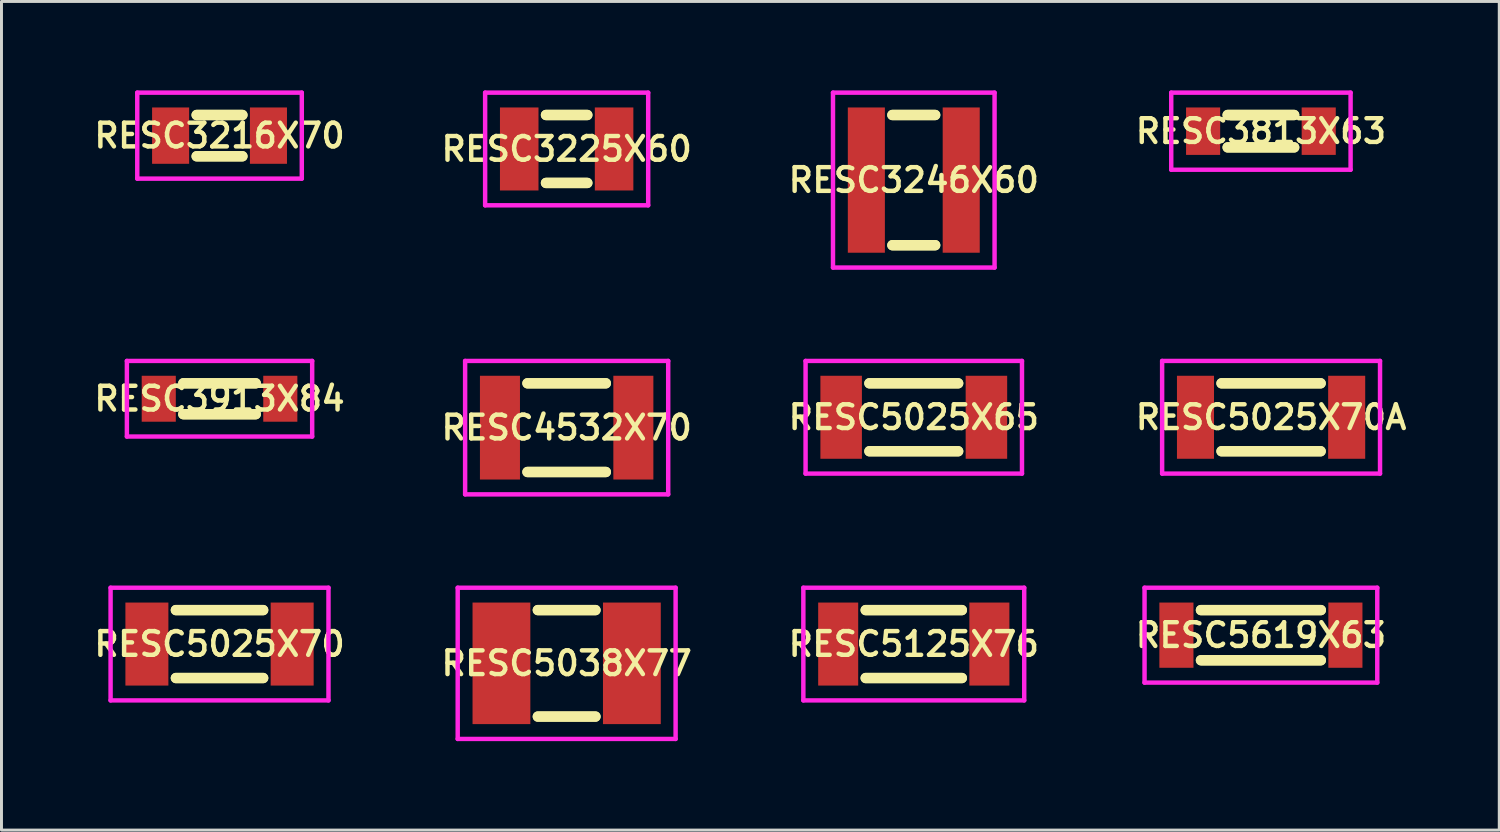
<source format=kicad_pcb>
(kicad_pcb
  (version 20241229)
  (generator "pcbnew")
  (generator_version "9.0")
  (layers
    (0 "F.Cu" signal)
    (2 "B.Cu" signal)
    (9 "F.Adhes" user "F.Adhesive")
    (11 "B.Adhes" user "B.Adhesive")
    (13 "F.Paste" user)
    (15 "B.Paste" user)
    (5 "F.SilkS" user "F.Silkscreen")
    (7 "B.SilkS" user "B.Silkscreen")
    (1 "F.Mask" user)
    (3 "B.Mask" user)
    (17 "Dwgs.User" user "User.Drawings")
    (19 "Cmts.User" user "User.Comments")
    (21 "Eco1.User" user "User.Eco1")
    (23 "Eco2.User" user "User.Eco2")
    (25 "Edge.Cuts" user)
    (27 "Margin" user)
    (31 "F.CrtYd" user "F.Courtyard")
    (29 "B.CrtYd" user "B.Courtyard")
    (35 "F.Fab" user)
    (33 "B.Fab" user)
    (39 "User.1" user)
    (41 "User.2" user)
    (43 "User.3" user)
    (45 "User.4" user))
  (footprint "RESC5619X63"
    (layer "F.Cu")
    (at 39.482 18.375)
    (property "Reference" "RESC5619X63" (at 0 0 0) (layer "F.SilkS") (effects (font (size 0.8 0.8) (thickness 0.15))))
    (attr smd)
    (fp_line (start -2.021 -0.846) (end 2.021 -0.846) (stroke (width 0.35) (type solid)) (layer "F.SilkS"))
    (fp_line (start -2.021 0.846) (end 2.021 0.846) (stroke (width 0.35) (type solid)) (layer "F.SilkS"))
    (fp_line (start 2.021 -0.846) (end -2.021 -0.846) (stroke (width 0.35) (type solid)) (layer "F.SilkS"))
    (fp_line (start 2.021 0.846) (end -2.021 0.846) (stroke (width 0.35) (type solid)) (layer "F.SilkS"))
    (fp_line (start -3.925 -1.6) (end 3.925 -1.6) (stroke (width 0.15) (type solid)) (layer "F.CrtYd"))
    (fp_line (start -3.925 1.6) (end -3.925 -1.6) (stroke (width 0.15) (type solid)) (layer "F.CrtYd"))
    (fp_line (start 3.925 -1.6) (end 3.925 1.6) (stroke (width 0.15) (type solid)) (layer "F.CrtYd"))
    (fp_line (start 3.925 1.6) (end -3.925 1.6) (stroke (width 0.15) (type solid)) (layer "F.CrtYd"))
    (pad "1" smd rect (at -2.85 0) (size 1.15 2.2) (layers "F.Cu" "F.Mask" "F.Paste"))
    (pad "2" smd rect (at 2.85 0) (size 1.15 2.2) (layers "F.Cu" "F.Mask" "F.Paste")))
  (footprint "RESC3913X84"
    (layer "F.Cu")
    (at 4.355 10.4)
    (property "Reference" "RESC3913X84" (at 0 0 0) (layer "F.SilkS") (effects (font (size 0.8 0.8) (thickness 0.15))))
    (attr smd)
    (fp_line (start -1.221 -0.521) (end 1.221 -0.521) (stroke (width 0.35) (type solid)) (layer "F.SilkS"))
    (fp_line (start -1.221 0.521) (end 1.221 0.521) (stroke (width 0.35) (type solid)) (layer "F.SilkS"))
    (fp_line (start 1.221 -0.521) (end -1.221 -0.521) (stroke (width 0.35) (type solid)) (layer "F.SilkS"))
    (fp_line (start 1.221 0.521) (end -1.221 0.521) (stroke (width 0.35) (type solid)) (layer "F.SilkS"))
    (fp_line (start -3.125 -1.275) (end 3.125 -1.275) (stroke (width 0.15) (type solid)) (layer "F.CrtYd"))
    (fp_line (start -3.125 1.275) (end -3.125 -1.275) (stroke (width 0.15) (type solid)) (layer "F.CrtYd"))
    (fp_line (start 3.125 -1.275) (end 3.125 1.275) (stroke (width 0.15) (type solid)) (layer "F.CrtYd"))
    (fp_line (start 3.125 1.275) (end -3.125 1.275) (stroke (width 0.15) (type solid)) (layer "F.CrtYd"))
    (pad "1" smd rect (at -2.05 0) (size 1.15 1.55) (layers "F.Cu" "F.Mask" "F.Paste"))
    (pad "2" smd rect (at 2.05 0) (size 1.15 1.55) (layers "F.Cu" "F.Mask" "F.Paste")))
  (footprint "RESC3216X70"
    (layer "F.Cu")
    (at 4.355 1.525)
    (property "Reference" "RESC3216X70" (at 0 0 0) (layer "F.SilkS") (effects (font (size 0.8 0.8) (thickness 0.15))))
    (attr smd)
    (fp_line (start -0.771 -0.696) (end 0.771 -0.696) (stroke (width 0.35) (type solid)) (layer "F.SilkS"))
    (fp_line (start -0.771 0.696) (end 0.771 0.696) (stroke (width 0.35) (type solid)) (layer "F.SilkS"))
    (fp_line (start 0.771 -0.696) (end -0.771 -0.696) (stroke (width 0.35) (type solid)) (layer "F.SilkS"))
    (fp_line (start 0.771 0.696) (end -0.771 0.696) (stroke (width 0.35) (type solid)) (layer "F.SilkS"))
    (fp_line (start -2.775 -1.45) (end 2.775 -1.45) (stroke (width 0.15) (type solid)) (layer "F.CrtYd"))
    (fp_line (start -2.775 1.45) (end -2.775 -1.45) (stroke (width 0.15) (type solid)) (layer "F.CrtYd"))
    (fp_line (start 2.775 -1.45) (end 2.775 1.45) (stroke (width 0.15) (type solid)) (layer "F.CrtYd"))
    (fp_line (start 2.775 1.45) (end -2.775 1.45) (stroke (width 0.15) (type solid)) (layer "F.CrtYd"))
    (pad "1" smd rect (at -1.65 0) (size 1.25 1.9) (layers "F.Cu" "F.Mask" "F.Paste"))
    (pad "2" smd rect (at 1.65 0) (size 1.25 1.9) (layers "F.Cu" "F.Mask" "F.Paste")))
  (footprint "RESC4532X70"
    (layer "F.Cu")
    (at 16.064 11.375)
    (property "Reference" "RESC4532X70" (at 0 0 0) (layer "F.SilkS") (effects (font (size 0.8 0.8) (thickness 0.15))))
    (attr smd)
    (fp_line (start -1.321 -1.496) (end 1.321 -1.496) (stroke (width 0.35) (type solid)) (layer "F.SilkS"))
    (fp_line (start -1.321 1.496) (end 1.321 1.496) (stroke (width 0.35) (type solid)) (layer "F.SilkS"))
    (fp_line (start 1.321 -1.496) (end -1.321 -1.496) (stroke (width 0.35) (type solid)) (layer "F.SilkS"))
    (fp_line (start 1.321 1.496) (end -1.321 1.496) (stroke (width 0.35) (type solid)) (layer "F.SilkS"))
    (fp_line (start -3.425 -2.25) (end 3.425 -2.25) (stroke (width 0.15) (type solid)) (layer "F.CrtYd"))
    (fp_line (start -3.425 2.25) (end -3.425 -2.25) (stroke (width 0.15) (type solid)) (layer "F.CrtYd"))
    (fp_line (start 3.425 -2.25) (end 3.425 2.25) (stroke (width 0.15) (type solid)) (layer "F.CrtYd"))
    (fp_line (start 3.425 2.25) (end -3.425 2.25) (stroke (width 0.15) (type solid)) (layer "F.CrtYd"))
    (pad "1" smd rect (at -2.25 0) (size 1.35 3.5) (layers "F.Cu" "F.Mask" "F.Paste"))
    (pad "2" smd rect (at 2.25 0) (size 1.35 3.5) (layers "F.Cu" "F.Mask" "F.Paste")))
  (footprint "RESC3813X63"
    (layer "F.Cu")
    (at 39.482 1.375)
    (property "Reference" "RESC3813X63" (at 0 0 0) (layer "F.SilkS") (effects (font (size 0.8 0.8) (thickness 0.15))))
    (attr through_hole)
    (fp_line (start -1.121 -0.546) (end 1.121 -0.546) (stroke (width 0.35) (type solid)) (layer "F.SilkS"))
    (fp_line (start -1.121 0.546) (end 1.121 0.546) (stroke (width 0.35) (type solid)) (layer "F.SilkS"))
    (fp_line (start 1.121 -0.546) (end -1.121 -0.546) (stroke (width 0.35) (type solid)) (layer "F.SilkS"))
    (fp_line (start 1.121 0.546) (end -1.121 0.546) (stroke (width 0.35) (type solid)) (layer "F.SilkS"))
    (fp_line (start -3.025 -1.3) (end 3.025 -1.3) (stroke (width 0.15) (type solid)) (layer "F.CrtYd"))
    (fp_line (start -3.025 1.3) (end -3.025 -1.3) (stroke (width 0.15) (type solid)) (layer "F.CrtYd"))
    (fp_line (start 3.025 -1.3) (end 3.025 1.3) (stroke (width 0.15) (type solid)) (layer "F.CrtYd"))
    (fp_line (start 3.025 1.3) (end -3.025 1.3) (stroke (width 0.15) (type solid)) (layer "F.CrtYd"))
    (pad "1" smd rect (at -1.95 0) (size 1.15 1.6) (layers "F.Cu" "F.Mask" "F.Paste"))
    (pad "2" smd rect (at 1.95 0) (size 1.15 1.6) (layers "F.Cu" "F.Mask" "F.Paste")))
  (footprint "RESC5025X70A"
    (layer "F.Cu")
    (at 39.825 11.025)
    (property "Reference" "RESC5025X70A" (at 0 0 0) (layer "F.SilkS") (effects (font (size 0.8 0.8) (thickness 0.15))))
    (attr smd)
    (fp_line (start -1.671 -1.146) (end 1.671 -1.146) (stroke (width 0.35) (type solid)) (layer "F.SilkS"))
    (fp_line (start -1.671 1.146) (end 1.671 1.146) (stroke (width 0.35) (type solid)) (layer "F.SilkS"))
    (fp_line (start 1.671 -1.146) (end -1.671 -1.146) (stroke (width 0.35) (type solid)) (layer "F.SilkS"))
    (fp_line (start 1.671 1.146) (end -1.671 1.146) (stroke (width 0.35) (type solid)) (layer "F.SilkS"))
    (fp_line (start -3.675 -1.9) (end 3.675 -1.9) (stroke (width 0.15) (type solid)) (layer "F.CrtYd"))
    (fp_line (start -3.675 1.9) (end -3.675 -1.9) (stroke (width 0.15) (type solid)) (layer "F.CrtYd"))
    (fp_line (start 3.675 -1.9) (end 3.675 1.9) (stroke (width 0.15) (type solid)) (layer "F.CrtYd"))
    (fp_line (start 3.675 1.9) (end -3.675 1.9) (stroke (width 0.15) (type solid)) (layer "F.CrtYd"))
    (pad "1" smd rect (at -2.55 0) (size 1.25 2.8) (layers "F.Cu" "F.Mask" "F.Paste"))
    (pad "2" smd rect (at 2.55 0) (size 1.25 2.8) (layers "F.Cu" "F.Mask" "F.Paste")))
  (footprint "RESC5025X65"
    (layer "F.Cu")
    (at 27.773 11.025)
    (property "Reference" "RESC5025X65" (at 0 0 0) (layer "F.SilkS") (effects (font (size 0.8 0.8) (thickness 0.15))))
    (attr smd)
    (fp_line (start -1.496 -1.146) (end 1.496 -1.146) (stroke (width 0.35) (type solid)) (layer "F.SilkS"))
    (fp_line (start -1.496 1.146) (end 1.496 1.146) (stroke (width 0.35) (type solid)) (layer "F.SilkS"))
    (fp_line (start 1.496 -1.146) (end -1.496 -1.146) (stroke (width 0.35) (type solid)) (layer "F.SilkS"))
    (fp_line (start 1.496 1.146) (end -1.496 1.146) (stroke (width 0.35) (type solid)) (layer "F.SilkS"))
    (fp_line (start -3.65 -1.9) (end 3.65 -1.9) (stroke (width 0.15) (type solid)) (layer "F.CrtYd"))
    (fp_line (start -3.65 1.9) (end -3.65 -1.9) (stroke (width 0.15) (type solid)) (layer "F.CrtYd"))
    (fp_line (start 3.65 -1.9) (end 3.65 1.9) (stroke (width 0.15) (type solid)) (layer "F.CrtYd"))
    (fp_line (start 3.65 1.9) (end -3.65 1.9) (stroke (width 0.15) (type solid)) (layer "F.CrtYd"))
    (pad "1" smd rect (at -2.45 0) (size 1.4 2.8) (layers "F.Cu" "F.Mask" "F.Paste"))
    (pad "2" smd rect (at 2.45 0) (size 1.4 2.8) (layers "F.Cu" "F.Mask" "F.Paste")))
  (footprint "RESC3246X60"
    (layer "F.Cu")
    (at 27.773 3.025)
    (property "Reference" "RESC3246X60" (at 0 0 0) (layer "F.SilkS") (effects (font (size 0.8 0.8) (thickness 0.15))))
    (attr through_hole)
    (fp_line (start -0.721 -2.196) (end 0.721 -2.196) (stroke (width 0.35) (type solid)) (layer "F.SilkS"))
    (fp_line (start -0.721 2.196) (end 0.721 2.196) (stroke (width 0.35) (type solid)) (layer "F.SilkS"))
    (fp_line (start 0.721 -2.196) (end -0.721 -2.196) (stroke (width 0.35) (type solid)) (layer "F.SilkS"))
    (fp_line (start 0.721 2.196) (end -0.721 2.196) (stroke (width 0.35) (type solid)) (layer "F.SilkS"))
    (fp_line (start -2.725 -2.95) (end 2.725 -2.95) (stroke (width 0.15) (type solid)) (layer "F.CrtYd"))
    (fp_line (start -2.725 2.95) (end -2.725 -2.95) (stroke (width 0.15) (type solid)) (layer "F.CrtYd"))
    (fp_line (start 2.725 -2.95) (end 2.725 2.95) (stroke (width 0.15) (type solid)) (layer "F.CrtYd"))
    (fp_line (start 2.725 2.95) (end -2.725 2.95) (stroke (width 0.15) (type solid)) (layer "F.CrtYd"))
    (pad "1" smd rect (at -1.6 0) (size 1.25 4.9) (layers "F.Cu" "F.Mask" "F.Paste"))
    (pad "2" smd rect (at 1.6 0) (size 1.25 4.9) (layers "F.Cu" "F.Mask" "F.Paste")))
  (footprint "RESC5038X77"
    (layer "F.Cu")
    (at 16.064 19.325)
    (property "Reference" "RESC5038X77" (at 0 0 0) (layer "F.SilkS") (effects (font (size 0.8 0.8) (thickness 0.15))))
    (attr smd)
    (fp_line (start -0.971 -1.796) (end 0.971 -1.796) (stroke (width 0.35) (type solid)) (layer "F.SilkS"))
    (fp_line (start -0.971 1.796) (end 0.971 1.796) (stroke (width 0.35) (type solid)) (layer "F.SilkS"))
    (fp_line (start 0.971 -1.796) (end -0.971 -1.796) (stroke (width 0.35) (type solid)) (layer "F.SilkS"))
    (fp_line (start 0.971 1.796) (end -0.971 1.796) (stroke (width 0.35) (type solid)) (layer "F.SilkS"))
    (fp_line (start -3.675 -2.55) (end 3.675 -2.55) (stroke (width 0.15) (type solid)) (layer "F.CrtYd"))
    (fp_line (start -3.675 2.55) (end -3.675 -2.55) (stroke (width 0.15) (type solid)) (layer "F.CrtYd"))
    (fp_line (start 3.675 -2.55) (end 3.675 2.55) (stroke (width 0.15) (type solid)) (layer "F.CrtYd"))
    (fp_line (start 3.675 2.55) (end -3.675 2.55) (stroke (width 0.15) (type solid)) (layer "F.CrtYd"))
    (pad "1" smd rect (at -2.2 0) (size 1.95 4.1) (layers "F.Cu" "F.Mask" "F.Paste"))
    (pad "2" smd rect (at 2.2 0) (size 1.95 4.1) (layers "F.Cu" "F.Mask" "F.Paste")))
  (footprint "RESC5125X76"
    (layer "F.Cu")
    (at 27.773 18.675)
    (property "Reference" "RESC5125X76" (at 0 0 0) (layer "F.SilkS") (effects (font (size 0.8 0.8) (thickness 0.15))))
    (attr smd)
    (fp_line (start -1.621 -1.146) (end 1.621 -1.146) (stroke (width 0.35) (type solid)) (layer "F.SilkS"))
    (fp_line (start -1.621 1.146) (end 1.621 1.146) (stroke (width 0.35) (type solid)) (layer "F.SilkS"))
    (fp_line (start 1.621 -1.146) (end -1.621 -1.146) (stroke (width 0.35) (type solid)) (layer "F.SilkS"))
    (fp_line (start 1.621 1.146) (end -1.621 1.146) (stroke (width 0.35) (type solid)) (layer "F.SilkS"))
    (fp_line (start -3.725 -1.9) (end 3.725 -1.9) (stroke (width 0.15) (type solid)) (layer "F.CrtYd"))
    (fp_line (start -3.725 1.9) (end -3.725 -1.9) (stroke (width 0.15) (type solid)) (layer "F.CrtYd"))
    (fp_line (start 3.725 -1.9) (end 3.725 1.9) (stroke (width 0.15) (type solid)) (layer "F.CrtYd"))
    (fp_line (start 3.725 1.9) (end -3.725 1.9) (stroke (width 0.15) (type solid)) (layer "F.CrtYd"))
    (pad "1" smd rect (at -2.55 0) (size 1.35 2.8) (layers "F.Cu" "F.Mask" "F.Paste"))
    (pad "2" smd rect (at 2.55 0) (size 1.35 2.8) (layers "F.Cu" "F.Mask" "F.Paste")))
  (footprint "RESC3225X60"
    (layer "F.Cu")
    (at 16.064 1.975)
    (property "Reference" "RESC3225X60" (at 0 0 0) (layer "F.SilkS") (effects (font (size 0.8 0.8) (thickness 0.15))))
    (attr smd)
    (fp_line (start -0.696 -1.146) (end 0.696 -1.146) (stroke (width 0.35) (type solid)) (layer "F.SilkS"))
    (fp_line (start -0.696 1.146) (end 0.696 1.146) (stroke (width 0.35) (type solid)) (layer "F.SilkS"))
    (fp_line (start 0.696 -1.146) (end -0.696 -1.146) (stroke (width 0.35) (type solid)) (layer "F.SilkS"))
    (fp_line (start 0.696 1.146) (end -0.696 1.146) (stroke (width 0.35) (type solid)) (layer "F.SilkS"))
    (fp_line (start -2.75 -1.9) (end 2.75 -1.9) (stroke (width 0.15) (type solid)) (layer "F.CrtYd"))
    (fp_line (start -2.75 1.9) (end -2.75 -1.9) (stroke (width 0.15) (type solid)) (layer "F.CrtYd"))
    (fp_line (start 2.75 -1.9) (end 2.75 1.9) (stroke (width 0.15) (type solid)) (layer "F.CrtYd"))
    (fp_line (start 2.75 1.9) (end -2.75 1.9) (stroke (width 0.15) (type solid)) (layer "F.CrtYd"))
    (pad "1" smd rect (at -1.6 0) (size 1.3 2.8) (layers "F.Cu" "F.Mask" "F.Paste"))
    (pad "2" smd rect (at 1.6 0) (size 1.3 2.8) (layers "F.Cu" "F.Mask" "F.Paste")))
  (footprint "RESC5025X70"
    (layer "F.Cu")
    (at 4.355 18.675)
    (property "Reference" "RESC5025X70" (at 0 0 0) (layer "F.SilkS") (effects (font (size 0.8 0.8) (thickness 0.15))))
    (attr smd)
    (fp_line (start -1.471 -1.146) (end 1.471 -1.146) (stroke (width 0.35) (type solid)) (layer "F.SilkS"))
    (fp_line (start -1.471 1.146) (end 1.471 1.146) (stroke (width 0.35) (type solid)) (layer "F.SilkS"))
    (fp_line (start 1.471 -1.146) (end -1.471 -1.146) (stroke (width 0.35) (type solid)) (layer "F.SilkS"))
    (fp_line (start 1.471 1.146) (end -1.471 1.146) (stroke (width 0.35) (type solid)) (layer "F.SilkS"))
    (fp_line (start -3.675 -1.9) (end 3.675 -1.9) (stroke (width 0.15) (type solid)) (layer "F.CrtYd"))
    (fp_line (start -3.675 1.9) (end -3.675 -1.9) (stroke (width 0.15) (type solid)) (layer "F.CrtYd"))
    (fp_line (start 3.675 -1.9) (end 3.675 1.9) (stroke (width 0.15) (type solid)) (layer "F.CrtYd"))
    (fp_line (start 3.675 1.9) (end -3.675 1.9) (stroke (width 0.15) (type solid)) (layer "F.CrtYd"))
    (pad "1" smd rect (at -2.45 0) (size 1.45 2.8) (layers "F.Cu" "F.Mask" "F.Paste"))
    (pad "2" smd rect (at 2.45 0) (size 1.45 2.8) (layers "F.Cu" "F.Mask" "F.Paste")))
  (gr_rect
    (start -3 -3)
    (end 47.522 24.95)
    (stroke (width 0.1) (type default))
    (fill no)
    (layer "Edge.Cuts")))
</source>
